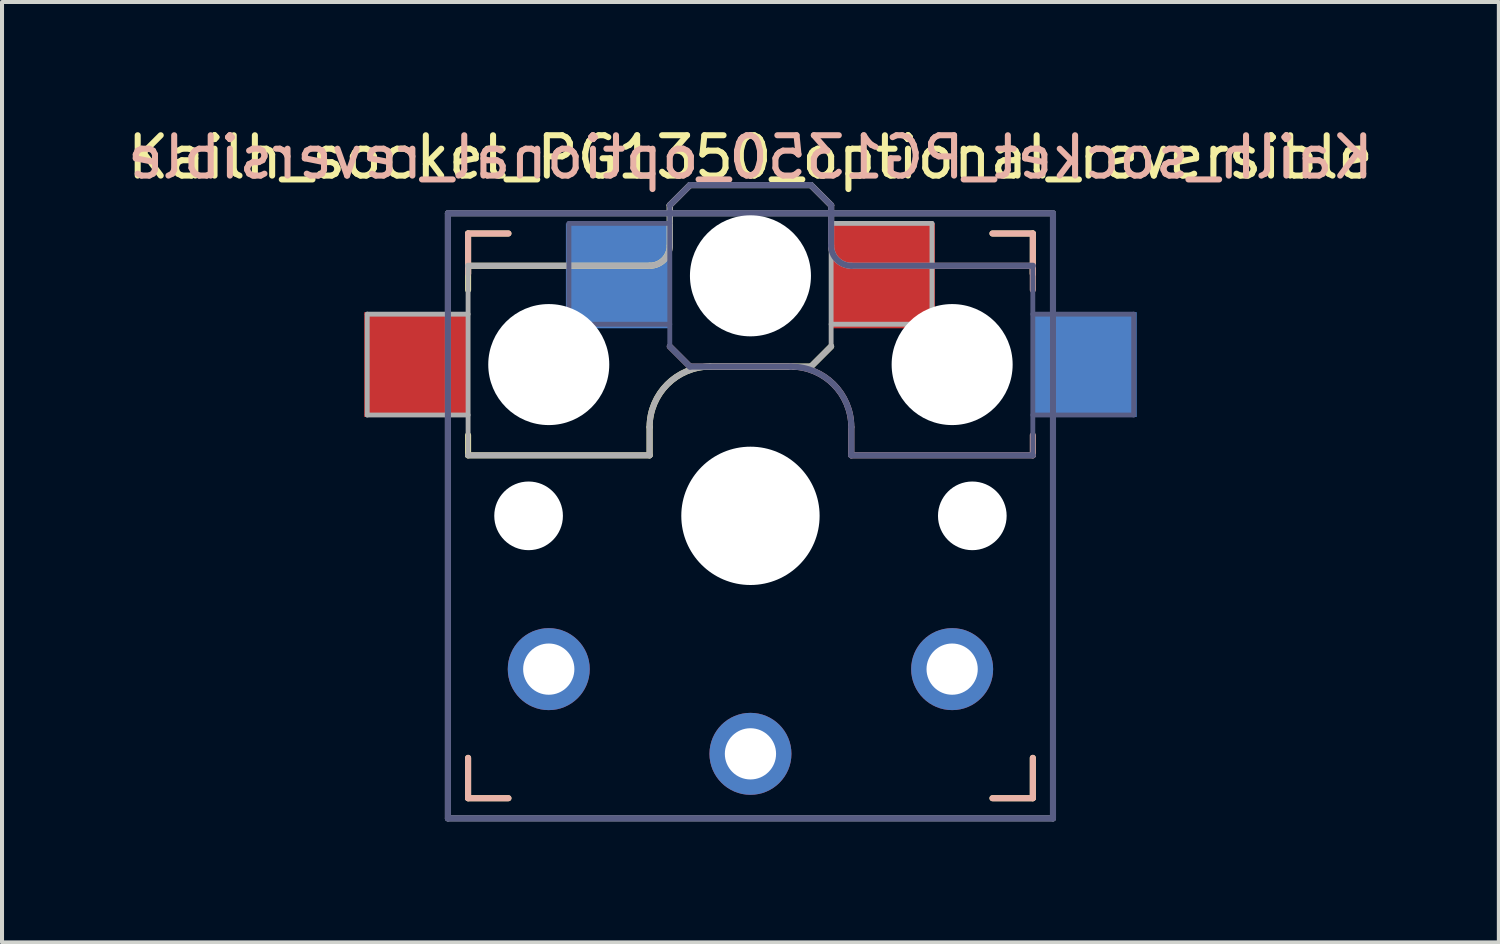
<source format=kicad_pcb>
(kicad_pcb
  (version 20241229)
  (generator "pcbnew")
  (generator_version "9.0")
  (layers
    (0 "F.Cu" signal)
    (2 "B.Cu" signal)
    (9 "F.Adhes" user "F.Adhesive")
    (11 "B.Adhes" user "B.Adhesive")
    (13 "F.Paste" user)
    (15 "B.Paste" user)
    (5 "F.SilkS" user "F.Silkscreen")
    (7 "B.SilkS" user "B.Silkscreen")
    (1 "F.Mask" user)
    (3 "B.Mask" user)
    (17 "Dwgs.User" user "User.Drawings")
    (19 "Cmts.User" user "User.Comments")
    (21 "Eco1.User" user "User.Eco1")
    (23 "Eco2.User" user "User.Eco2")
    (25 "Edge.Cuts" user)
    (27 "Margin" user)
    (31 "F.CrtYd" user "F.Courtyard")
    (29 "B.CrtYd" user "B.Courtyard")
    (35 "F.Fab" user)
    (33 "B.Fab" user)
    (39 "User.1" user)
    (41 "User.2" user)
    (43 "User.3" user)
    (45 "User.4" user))
  (footprint "Kailh_socket_PG1350_optional_reversible"
    (layer "F.Cu")
    (at 15.554 9.738)
    (property "Reference" "Kailh_socket_PG1350_optional_reversible" (at 0 -8.89 0) (layer "F.SilkS") (effects (font (size 1 1) (thickness 0.15))))
    (attr through_hole)
    (fp_line (start -7 -7) (end -6 -7) (stroke (width 0.15) (type solid)) (layer "F.SilkS"))
    (fp_line (start -7 -6.2) (end -2.5 -6.2) (stroke (width 0.15) (type solid)) (layer "F.SilkS"))
    (fp_line (start -7 -6) (end -7 -7) (stroke (width 0.15) (type solid)) (layer "F.SilkS"))
    (fp_line (start -7 -5.6) (end -7 -6.2) (stroke (width 0.15) (type solid)) (layer "F.SilkS"))
    (fp_line (start -7 -1.5) (end -7 -2) (stroke (width 0.15) (type solid)) (layer "F.SilkS"))
    (fp_line (start -7 7) (end -7 6) (stroke (width 0.15) (type solid)) (layer "F.SilkS"))
    (fp_line (start -6 7) (end -7 7) (stroke (width 0.15) (type solid)) (layer "F.SilkS"))
    (fp_line (start -2.5 -2.2) (end -2.5 -1.5) (stroke (width 0.15) (type solid)) (layer "F.SilkS"))
    (fp_line (start -2.5 -1.5) (end -7 -1.5) (stroke (width 0.15) (type solid)) (layer "F.SilkS"))
    (fp_line (start -2 -6.7) (end -2 -7.7) (stroke (width 0.15) (type solid)) (layer "F.SilkS"))
    (fp_line (start -1.5 -8.2) (end -2 -7.7) (stroke (width 0.15) (type solid)) (layer "F.SilkS"))
    (fp_line (start 1.5 -8.2) (end -1.5 -8.2) (stroke (width 0.15) (type solid)) (layer "F.SilkS"))
    (fp_line (start 1.5 -3.7) (end -1 -3.7) (stroke (width 0.15) (type solid)) (layer "F.SilkS"))
    (fp_line (start 2 -7.7) (end 1.5 -8.2) (stroke (width 0.15) (type solid)) (layer "F.SilkS"))
    (fp_line (start 2 -4.2) (end 1.5 -3.7) (stroke (width 0.15) (type solid)) (layer "F.SilkS"))
    (fp_line (start 6 -7) (end 7 -7) (stroke (width 0.15) (type solid)) (layer "F.SilkS"))
    (fp_line (start 7 -7) (end 7 -6) (stroke (width 0.15) (type solid)) (layer "F.SilkS"))
    (fp_line (start 7 6) (end 7 7) (stroke (width 0.15) (type solid)) (layer "F.SilkS"))
    (fp_line (start 7 7) (end 6 7) (stroke (width 0.15) (type solid)) (layer "F.SilkS"))
    (fp_arc (start -2.5 -2.2) (mid -2.06066 -3.26066) (end -1 -3.7) (stroke (width 0.15) (type solid)) (layer "F.SilkS"))
    (fp_arc (start -2 -6.7) (mid -2.146447 -6.346447) (end -2.5 -6.2) (stroke (width 0.15) (type solid)) (layer "F.SilkS"))
    (fp_line (start -7 -7) (end -6 -7) (stroke (width 0.15) (type solid)) (layer "B.SilkS"))
    (fp_line (start -7 -6) (end -7 -7) (stroke (width 0.15) (type solid)) (layer "B.SilkS"))
    (fp_line (start -7 7) (end -7 6) (stroke (width 0.15) (type solid)) (layer "B.SilkS"))
    (fp_line (start -6 7) (end -7 7) (stroke (width 0.15) (type solid)) (layer "B.SilkS"))
    (fp_line (start -2 -7.7) (end -1.5 -8.2) (stroke (width 0.15) (type solid)) (layer "B.SilkS"))
    (fp_line (start -2 -4.2) (end -1.5 -3.7) (stroke (width 0.15) (type solid)) (layer "B.SilkS"))
    (fp_line (start -1.5 -8.2) (end 1.5 -8.2) (stroke (width 0.15) (type solid)) (layer "B.SilkS"))
    (fp_line (start -1.5 -3.7) (end 1 -3.7) (stroke (width 0.15) (type solid)) (layer "B.SilkS"))
    (fp_line (start 1.5 -8.2) (end 2 -7.7) (stroke (width 0.15) (type solid)) (layer "B.SilkS"))
    (fp_line (start 2 -6.7) (end 2 -7.7) (stroke (width 0.15) (type solid)) (layer "B.SilkS"))
    (fp_line (start 2.5 -2.2) (end 2.5 -1.5) (stroke (width 0.15) (type solid)) (layer "B.SilkS"))
    (fp_line (start 2.5 -1.5) (end 7 -1.5) (stroke (width 0.15) (type solid)) (layer "B.SilkS"))
    (fp_line (start 6 -7) (end 7 -7) (stroke (width 0.15) (type solid)) (layer "B.SilkS"))
    (fp_line (start 7 -7) (end 7 -6) (stroke (width 0.15) (type solid)) (layer "B.SilkS"))
    (fp_line (start 7 -6.2) (end 2.5 -6.2) (stroke (width 0.15) (type solid)) (layer "B.SilkS"))
    (fp_line (start 7 -5.6) (end 7 -6.2) (stroke (width 0.15) (type solid)) (layer "B.SilkS"))
    (fp_line (start 7 -1.5) (end 7 -2) (stroke (width 0.15) (type solid)) (layer "B.SilkS"))
    (fp_line (start 7 6) (end 7 7) (stroke (width 0.15) (type solid)) (layer "B.SilkS"))
    (fp_line (start 7 7) (end 6 7) (stroke (width 0.15) (type solid)) (layer "B.SilkS"))
    (fp_arc (start 1 -3.7) (mid 2.06066 -3.26066) (end 2.5 -2.2) (stroke (width 0.15) (type solid)) (layer "B.SilkS"))
    (fp_arc (start 2.5 -6.2) (mid 2.146447 -6.346447) (end 2 -6.7) (stroke (width 0.15) (type solid)) (layer "B.SilkS"))
    (fp_line (start -6.9 6.9) (end -6.9 -6.9) (stroke (width 0.15) (type solid)) (layer "Eco2.User"))
    (fp_line (start -6.9 6.9) (end 6.9 6.9) (stroke (width 0.15) (type solid)) (layer "Eco2.User"))
    (fp_line (start -2.6 -3.1) (end -2.6 -6.3) (stroke (width 0.15) (type solid)) (layer "Eco2.User"))
    (fp_line (start -2.6 -3.1) (end 2.6 -3.1) (stroke (width 0.15) (type solid)) (layer "Eco2.User"))
    (fp_line (start 2.6 -6.3) (end -2.6 -6.3) (stroke (width 0.15) (type solid)) (layer "Eco2.User"))
    (fp_line (start 2.6 -3.1) (end 2.6 -6.3) (stroke (width 0.15) (type solid)) (layer "Eco2.User"))
    (fp_line (start 6.9 -6.9) (end -6.9 -6.9) (stroke (width 0.15) (type solid)) (layer "Eco2.User"))
    (fp_line (start 6.9 -6.9) (end 6.9 6.9) (stroke (width 0.15) (type solid)) (layer "Eco2.User"))
    (fp_line (start -7.5 -7.5) (end 7.5 -7.5) (stroke (width 0.15) (type solid)) (layer "B.Fab"))
    (fp_line (start -7.5 7.5) (end -7.5 -7.5) (stroke (width 0.15) (type solid)) (layer "B.Fab"))
    (fp_line (start -4.5 -7.25) (end -2 -7.25) (stroke (width 0.12) (type solid)) (layer "B.Fab"))
    (fp_line (start -4.5 -4.75) (end -4.5 -7.25) (stroke (width 0.12) (type solid)) (layer "B.Fab"))
    (fp_line (start -2 -7.7) (end -1.5 -8.2) (stroke (width 0.15) (type solid)) (layer "B.Fab"))
    (fp_line (start -2 -4.75) (end -4.5 -4.75) (stroke (width 0.12) (type solid)) (layer "B.Fab"))
    (fp_line (start -2 -4.25) (end -2 -7.7) (stroke (width 0.12) (type solid)) (layer "B.Fab"))
    (fp_line (start -2 -4.2) (end -1.5 -3.7) (stroke (width 0.15) (type solid)) (layer "B.Fab"))
    (fp_line (start -1.5 -8.2) (end 1.5 -8.2) (stroke (width 0.15) (type solid)) (layer "B.Fab"))
    (fp_line (start -1.5 -3.7) (end 1 -3.7) (stroke (width 0.15) (type solid)) (layer "B.Fab"))
    (fp_line (start 1.5 -8.2) (end 2 -7.7) (stroke (width 0.15) (type solid)) (layer "B.Fab"))
    (fp_line (start 2 -6.7) (end 2 -7.7) (stroke (width 0.15) (type solid)) (layer "B.Fab"))
    (fp_line (start 2.5 -2.2) (end 2.5 -1.5) (stroke (width 0.15) (type solid)) (layer "B.Fab"))
    (fp_line (start 2.5 -1.5) (end 7 -1.5) (stroke (width 0.15) (type solid)) (layer "B.Fab"))
    (fp_line (start 7 -6.2) (end 2.5 -6.2) (stroke (width 0.15) (type solid)) (layer "B.Fab"))
    (fp_line (start 7 -5) (end 9.5 -5) (stroke (width 0.12) (type solid)) (layer "B.Fab"))
    (fp_line (start 7 -1.5) (end 7 -6.2) (stroke (width 0.12) (type solid)) (layer "B.Fab"))
    (fp_line (start 7.5 -7.5) (end 7.5 7.5) (stroke (width 0.15) (type solid)) (layer "B.Fab"))
    (fp_line (start 7.5 7.5) (end -7.5 7.5) (stroke (width 0.15) (type solid)) (layer "B.Fab"))
    (fp_line (start 9.5 -5) (end 9.5 -2.5) (stroke (width 0.12) (type solid)) (layer "B.Fab"))
    (fp_line (start 9.5 -2.5) (end 7 -2.5) (stroke (width 0.12) (type solid)) (layer "B.Fab"))
    (fp_arc (start 1 -3.7) (mid 2.06066 -3.26066) (end 2.5 -2.2) (stroke (width 0.15) (type solid)) (layer "B.Fab"))
    (fp_arc (start 2.5 -6.2) (mid 2.146447 -6.346447) (end 2 -6.7) (stroke (width 0.15) (type solid)) (layer "B.Fab"))
    (fp_line (start -9.5 -5) (end -9.5 -2.5) (stroke (width 0.12) (type solid)) (layer "F.Fab"))
    (fp_line (start -9.5 -2.5) (end -7 -2.5) (stroke (width 0.12) (type solid)) (layer "F.Fab"))
    (fp_line (start -7.5 -7.5) (end 7.5 -7.5) (stroke (width 0.15) (type solid)) (layer "F.Fab"))
    (fp_line (start -7.5 7.5) (end -7.5 -7.5) (stroke (width 0.15) (type solid)) (layer "F.Fab"))
    (fp_line (start -7 -6.2) (end -2.5 -6.2) (stroke (width 0.15) (type solid)) (layer "F.Fab"))
    (fp_line (start -7 -5) (end -9.5 -5) (stroke (width 0.12) (type solid)) (layer "F.Fab"))
    (fp_line (start -7 -1.5) (end -7 -6.2) (stroke (width 0.12) (type solid)) (layer "F.Fab"))
    (fp_line (start -2.5 -2.2) (end -2.5 -1.5) (stroke (width 0.15) (type solid)) (layer "F.Fab"))
    (fp_line (start -2.5 -1.5) (end -7 -1.5) (stroke (width 0.15) (type solid)) (layer "F.Fab"))
    (fp_line (start -2 -6.7) (end -2 -7.7) (stroke (width 0.15) (type solid)) (layer "F.Fab"))
    (fp_line (start -1.5 -8.2) (end -2 -7.7) (stroke (width 0.15) (type solid)) (layer "F.Fab"))
    (fp_line (start 1.5 -8.2) (end -1.5 -8.2) (stroke (width 0.15) (type solid)) (layer "F.Fab"))
    (fp_line (start 1.5 -3.7) (end -1 -3.7) (stroke (width 0.15) (type solid)) (layer "F.Fab"))
    (fp_line (start 2 -7.7) (end 1.5 -8.2) (stroke (width 0.15) (type solid)) (layer "F.Fab"))
    (fp_line (start 2 -4.75) (end 4.5 -4.75) (stroke (width 0.12) (type solid)) (layer "F.Fab"))
    (fp_line (start 2 -4.25) (end 2 -7.7) (stroke (width 0.12) (type solid)) (layer "F.Fab"))
    (fp_line (start 2 -4.2) (end 1.5 -3.7) (stroke (width 0.15) (type solid)) (layer "F.Fab"))
    (fp_line (start 4.5 -7.25) (end 2 -7.25) (stroke (width 0.12) (type solid)) (layer "F.Fab"))
    (fp_line (start 4.5 -4.75) (end 4.5 -7.25) (stroke (width 0.12) (type solid)) (layer "F.Fab"))
    (fp_line (start 7.5 -7.5) (end 7.5 7.5) (stroke (width 0.15) (type solid)) (layer "F.Fab"))
    (fp_line (start 7.5 7.5) (end -7.5 7.5) (stroke (width 0.15) (type solid)) (layer "F.Fab"))
    (fp_arc (start -2.5 -2.2) (mid -2.06066 -3.26066) (end -1 -3.7) (stroke (width 0.15) (type solid)) (layer "F.Fab"))
    (fp_arc (start -2 -6.7) (mid -2.146447 -6.346447) (end -2.5 -6.2) (stroke (width 0.15) (type solid)) (layer "F.Fab"))
    (fp_text user "${REFERENCE}" (at 0 -8.89 0) (layer "B.SilkS") (effects (font (size 1 1) (thickness 0.15)) (justify mirror)))
    (pad "" np_thru_hole circle (at -5.5 0) (size 1.702 1.702) (drill 1.702) (layers "*.Cu" "*.Mask"))
    (pad "" np_thru_hole circle (at -5 -3.75) (size 3 3) (drill 3) (layers "*.Cu" "*.Mask"))
    (pad "" np_thru_hole circle (at 0 -5.95) (size 3 3) (drill 3) (layers "*.Cu" "*.Mask"))
    (pad "" np_thru_hole circle (at 0 0) (size 3.429 3.429) (drill 3.429) (layers "*.Cu" "*.Mask"))
    (pad "" np_thru_hole circle (at 5 -3.75) (size 3 3) (drill 3) (layers "*.Cu" "*.Mask"))
    (pad "" np_thru_hole circle (at 5.5 0) (size 1.702 1.702) (drill 1.702) (layers "*.Cu" "*.Mask"))
    (pad "1" smd rect (at -3.275 -5.95) (size 2.6 2.6) (layers "B.Cu" "B.Mask" "B.Paste"))
    (pad "1" thru_hole circle (at 0 5.9) (size 2.032 2.032) (drill 1.27) (layers "*.Cu" "*.Mask"))
    (pad "1" smd rect (at 3.275 -5.95) (size 2.6 2.6) (layers "F.Cu" "F.Mask" "F.Paste"))
    (pad "2" smd rect (at -8.275 -3.75) (size 2.6 2.6) (layers "F.Cu" "F.Mask" "F.Paste"))
    (pad "2" thru_hole circle (at -5 3.8) (size 2.032 2.032) (drill 1.27) (layers "*.Cu" "*.Mask"))
    (pad "2" thru_hole circle (at 5 3.8) (size 2.032 2.032) (drill 1.27) (layers "*.Cu" "*.Mask"))
    (pad "2" smd rect (at 8.275 -3.75) (size 2.6 2.6) (layers "B.Cu" "B.Mask" "B.Paste")))
  (gr_rect
    (start -3 -3)
    (end 34.107 20.313)
    (stroke (width 0.1) (type default))
    (fill no)
    (layer "Edge.Cuts")))
</source>
